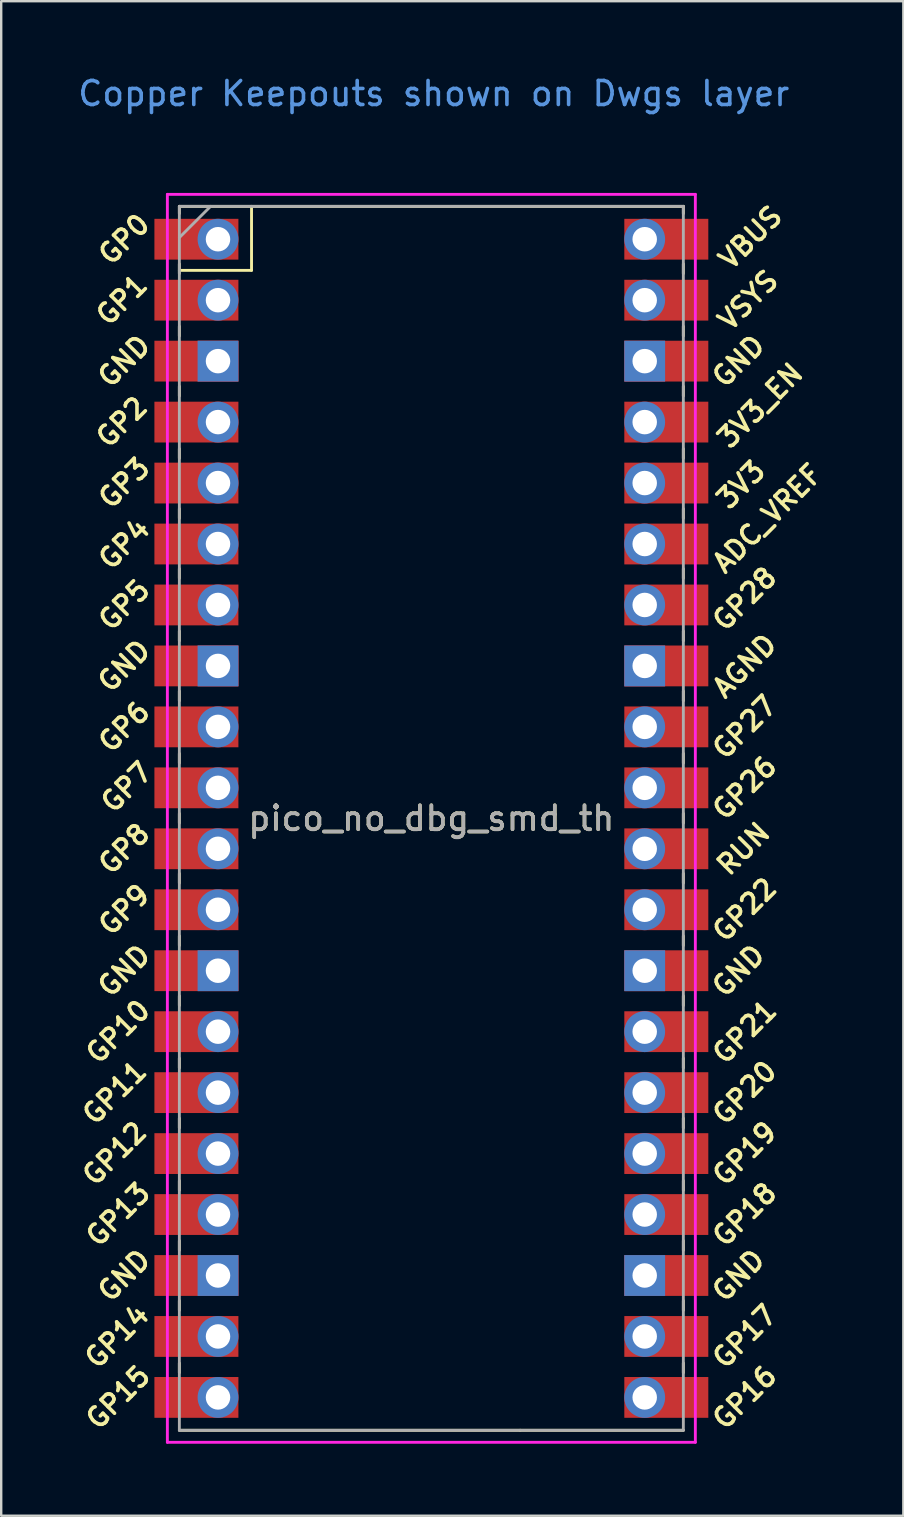
<source format=kicad_pcb>
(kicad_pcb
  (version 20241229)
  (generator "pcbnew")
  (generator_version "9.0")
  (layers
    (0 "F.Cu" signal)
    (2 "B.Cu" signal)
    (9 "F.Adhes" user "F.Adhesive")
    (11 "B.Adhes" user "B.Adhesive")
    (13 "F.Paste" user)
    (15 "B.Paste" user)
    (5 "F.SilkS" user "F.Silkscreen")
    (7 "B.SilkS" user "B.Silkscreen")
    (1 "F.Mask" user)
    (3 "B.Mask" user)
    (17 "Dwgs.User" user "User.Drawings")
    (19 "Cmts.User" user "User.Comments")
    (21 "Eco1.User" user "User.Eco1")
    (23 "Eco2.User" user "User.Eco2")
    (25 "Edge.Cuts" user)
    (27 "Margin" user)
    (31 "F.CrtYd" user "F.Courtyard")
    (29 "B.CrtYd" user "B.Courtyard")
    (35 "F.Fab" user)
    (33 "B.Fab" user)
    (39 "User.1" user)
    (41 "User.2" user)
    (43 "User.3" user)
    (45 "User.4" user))
  (footprint "pico_no_dbg_smd_th"
    (layer "F.Cu")
    (at 14.924 31.048)
    (property "Reference" "pico_no_dbg_smd_th" (at 0 0 0) (layer "F.SilkS") (effects (font (size 1 1) (thickness 0.15))))
    (attr through_hole)
    (fp_line (start -10.5 -25.5) (end -10.5 -25.2) (stroke (width 0.12) (type solid)) (layer "F.SilkS"))
    (fp_line (start -10.5 -25.5) (end 10.5 -25.5) (stroke (width 0.12) (type solid)) (layer "F.SilkS"))
    (fp_line (start -10.5 -23.1) (end -10.5 -22.7) (stroke (width 0.12) (type solid)) (layer "F.SilkS"))
    (fp_line (start -10.5 -22.833) (end -7.493 -22.833) (stroke (width 0.12) (type solid)) (layer "F.SilkS"))
    (fp_line (start -10.5 -20.5) (end -10.5 -20.1) (stroke (width 0.12) (type solid)) (layer "F.SilkS"))
    (fp_line (start -10.5 -18) (end -10.5 -17.6) (stroke (width 0.12) (type solid)) (layer "F.SilkS"))
    (fp_line (start -10.5 -15.4) (end -10.5 -15) (stroke (width 0.12) (type solid)) (layer "F.SilkS"))
    (fp_line (start -10.5 -12.9) (end -10.5 -12.5) (stroke (width 0.12) (type solid)) (layer "F.SilkS"))
    (fp_line (start -10.5 -10.4) (end -10.5 -10) (stroke (width 0.12) (type solid)) (layer "F.SilkS"))
    (fp_line (start -10.5 -7.8) (end -10.5 -7.4) (stroke (width 0.12) (type solid)) (layer "F.SilkS"))
    (fp_line (start -10.5 -5.3) (end -10.5 -4.9) (stroke (width 0.12) (type solid)) (layer "F.SilkS"))
    (fp_line (start -10.5 -2.7) (end -10.5 -2.3) (stroke (width 0.12) (type solid)) (layer "F.SilkS"))
    (fp_line (start -10.5 -0.2) (end -10.5 0.2) (stroke (width 0.12) (type solid)) (layer "F.SilkS"))
    (fp_line (start -10.5 2.3) (end -10.5 2.7) (stroke (width 0.12) (type solid)) (layer "F.SilkS"))
    (fp_line (start -10.5 4.9) (end -10.5 5.3) (stroke (width 0.12) (type solid)) (layer "F.SilkS"))
    (fp_line (start -10.5 7.4) (end -10.5 7.8) (stroke (width 0.12) (type solid)) (layer "F.SilkS"))
    (fp_line (start -10.5 10) (end -10.5 10.4) (stroke (width 0.12) (type solid)) (layer "F.SilkS"))
    (fp_line (start -10.5 12.5) (end -10.5 12.9) (stroke (width 0.12) (type solid)) (layer "F.SilkS"))
    (fp_line (start -10.5 15.1) (end -10.5 15.5) (stroke (width 0.12) (type solid)) (layer "F.SilkS"))
    (fp_line (start -10.5 17.6) (end -10.5 18) (stroke (width 0.12) (type solid)) (layer "F.SilkS"))
    (fp_line (start -10.5 20.1) (end -10.5 20.5) (stroke (width 0.12) (type solid)) (layer "F.SilkS"))
    (fp_line (start -10.5 22.7) (end -10.5 23.1) (stroke (width 0.12) (type solid)) (layer "F.SilkS"))
    (fp_line (start -7.493 -22.833) (end -7.493 -25.5) (stroke (width 0.12) (type solid)) (layer "F.SilkS"))
    (fp_line (start 3.7 25.5) (end -10.5 25.5) (stroke (width 0.12) (type solid)) (layer "F.SilkS"))
    (fp_line (start 10.5 -25.5) (end 10.5 -25.2) (stroke (width 0.12) (type solid)) (layer "F.SilkS"))
    (fp_line (start 10.5 -23.1) (end 10.5 -22.7) (stroke (width 0.12) (type solid)) (layer "F.SilkS"))
    (fp_line (start 10.5 -20.5) (end 10.5 -20.1) (stroke (width 0.12) (type solid)) (layer "F.SilkS"))
    (fp_line (start 10.5 -18) (end 10.5 -17.6) (stroke (width 0.12) (type solid)) (layer "F.SilkS"))
    (fp_line (start 10.5 -15.4) (end 10.5 -15) (stroke (width 0.12) (type solid)) (layer "F.SilkS"))
    (fp_line (start 10.5 -12.9) (end 10.5 -12.5) (stroke (width 0.12) (type solid)) (layer "F.SilkS"))
    (fp_line (start 10.5 -10.4) (end 10.5 -10) (stroke (width 0.12) (type solid)) (layer "F.SilkS"))
    (fp_line (start 10.5 -7.8) (end 10.5 -7.4) (stroke (width 0.12) (type solid)) (layer "F.SilkS"))
    (fp_line (start 10.5 -5.3) (end 10.5 -4.9) (stroke (width 0.12) (type solid)) (layer "F.SilkS"))
    (fp_line (start 10.5 -2.7) (end 10.5 -2.3) (stroke (width 0.12) (type solid)) (layer "F.SilkS"))
    (fp_line (start 10.5 -0.2) (end 10.5 0.2) (stroke (width 0.12) (type solid)) (layer "F.SilkS"))
    (fp_line (start 10.5 2.3) (end 10.5 2.7) (stroke (width 0.12) (type solid)) (layer "F.SilkS"))
    (fp_line (start 10.5 4.9) (end 10.5 5.3) (stroke (width 0.12) (type solid)) (layer "F.SilkS"))
    (fp_line (start 10.5 7.4) (end 10.5 7.8) (stroke (width 0.12) (type solid)) (layer "F.SilkS"))
    (fp_line (start 10.5 10) (end 10.5 10.4) (stroke (width 0.12) (type solid)) (layer "F.SilkS"))
    (fp_line (start 10.5 12.5) (end 10.5 12.9) (stroke (width 0.12) (type solid)) (layer "F.SilkS"))
    (fp_line (start 10.5 15.1) (end 10.5 15.5) (stroke (width 0.12) (type solid)) (layer "F.SilkS"))
    (fp_line (start 10.5 17.6) (end 10.5 18) (stroke (width 0.12) (type solid)) (layer "F.SilkS"))
    (fp_line (start 10.5 20.1) (end 10.5 20.5) (stroke (width 0.12) (type solid)) (layer "F.SilkS"))
    (fp_line (start 10.5 22.7) (end 10.5 23.1) (stroke (width 0.12) (type solid)) (layer "F.SilkS"))
    (fp_line (start 10.5 25.5) (end 3.7 25.5) (stroke (width 0.12) (type solid)) (layer "F.SilkS"))
    (fp_line (start -11 -26) (end 11 -26) (stroke (width 0.12) (type solid)) (layer "F.CrtYd"))
    (fp_line (start -11 26) (end -11 -26) (stroke (width 0.12) (type solid)) (layer "F.CrtYd"))
    (fp_line (start 11 -26) (end 11 26) (stroke (width 0.12) (type solid)) (layer "F.CrtYd"))
    (fp_line (start 11 26) (end -11 26) (stroke (width 0.12) (type solid)) (layer "F.CrtYd"))
    (fp_line (start -10.5 -25.5) (end 10.5 -25.5) (stroke (width 0.12) (type solid)) (layer "F.Fab"))
    (fp_line (start -10.5 -24.2) (end -9.2 -25.5) (stroke (width 0.12) (type solid)) (layer "F.Fab"))
    (fp_line (start -10.5 25.5) (end -10.5 -25.5) (stroke (width 0.12) (type solid)) (layer "F.Fab"))
    (fp_line (start 10.5 -25.5) (end 10.5 25.5) (stroke (width 0.12) (type solid)) (layer "F.Fab"))
    (fp_line (start 10.5 25.5) (end -10.5 25.5) (stroke (width 0.12) (type solid)) (layer "F.Fab"))
    (fp_text user "GND" (at -12.8 6.35 45) (layer "F.SilkS") (effects (font (size 0.8 0.8) (thickness 0.15))))
    (fp_text user "GP8" (at -12.8 1.27 45) (layer "F.SilkS") (effects (font (size 0.8 0.8) (thickness 0.15))))
    (fp_text user "GP10" (at -13.054 8.89 45) (layer "F.SilkS") (effects (font (size 0.8 0.8) (thickness 0.15))))
    (fp_text user "GP22" (at 13.054 3.81 45) (layer "F.SilkS") (effects (font (size 0.8 0.8) (thickness 0.15))))
    (fp_text user "RUN" (at 13 1.27 45) (layer "F.SilkS") (effects (font (size 0.8 0.8) (thickness 0.15))))
    (fp_text user "VSYS" (at 13.2 -21.59 45) (layer "F.SilkS") (effects (font (size 0.8 0.8) (thickness 0.15))))
    (fp_text user "GP18" (at 13.054 16.51 45) (layer "F.SilkS") (effects (font (size 0.8 0.8) (thickness 0.15))))
    (fp_text user "GP1" (at -12.9 -21.6 45) (layer "F.SilkS") (effects (font (size 0.8 0.8) (thickness 0.15))))
    (fp_text user "GP27" (at 13.054 -3.8 45) (layer "F.SilkS") (effects (font (size 0.8 0.8) (thickness 0.15))))
    (fp_text user "VBUS" (at 13.3 -24.2 45) (layer "F.SilkS") (effects (font (size 0.8 0.8) (thickness 0.15))))
    (fp_text user "GP2" (at -12.9 -16.51 45) (layer "F.SilkS") (effects (font (size 0.8 0.8) (thickness 0.15))))
    (fp_text user "GP13" (at -13.054 16.51 45) (layer "F.SilkS") (effects (font (size 0.8 0.8) (thickness 0.15))))
    (fp_text user "GP20" (at 13.054 11.43 45) (layer "F.SilkS") (effects (font (size 0.8 0.8) (thickness 0.15))))
    (fp_text user "GP26" (at 13.054 -1.27 45) (layer "F.SilkS") (effects (font (size 0.8 0.8) (thickness 0.15))))
    (fp_text user "GP12" (at -13.2 13.97 45) (layer "F.SilkS") (effects (font (size 0.8 0.8) (thickness 0.15))))
    (fp_text user "GP14" (at -13.1 21.59 45) (layer "F.SilkS") (effects (font (size 0.8 0.8) (thickness 0.15))))
    (fp_text user "GP7" (at -12.7 -1.3 45) (layer "F.SilkS") (effects (font (size 0.8 0.8) (thickness 0.15))))
    (fp_text user "GND" (at -12.8 -6.35 45) (layer "F.SilkS") (effects (font (size 0.8 0.8) (thickness 0.15))))
    (fp_text user "GP16" (at 13.054 24.13 45) (layer "F.SilkS") (effects (font (size 0.8 0.8) (thickness 0.15))))
    (fp_text user "GP9" (at -12.8 3.81 45) (layer "F.SilkS") (effects (font (size 0.8 0.8) (thickness 0.15))))
    (fp_text user "3V3" (at 12.9 -13.9 45) (layer "F.SilkS") (effects (font (size 0.8 0.8) (thickness 0.15))))
    (fp_text user "GP5" (at -12.8 -8.89 45) (layer "F.SilkS") (effects (font (size 0.8 0.8) (thickness 0.15))))
    (fp_text user "GND" (at -12.8 19.05 45) (layer "F.SilkS") (effects (font (size 0.8 0.8) (thickness 0.15))))
    (fp_text user "GP6" (at -12.8 -3.81 45) (layer "F.SilkS") (effects (font (size 0.8 0.8) (thickness 0.15))))
    (fp_text user "GP19" (at 13.054 13.97 45) (layer "F.SilkS") (effects (font (size 0.8 0.8) (thickness 0.15))))
    (fp_text user "GND" (at 12.8 -19.05 45) (layer "F.SilkS") (effects (font (size 0.8 0.8) (thickness 0.15))))
    (fp_text user "GND" (at -12.8 -19.05 45) (layer "F.SilkS") (effects (font (size 0.8 0.8) (thickness 0.15))))
    (fp_text user "3V3_EN" (at 13.7 -17.2 45) (layer "F.SilkS") (effects (font (size 0.8 0.8) (thickness 0.15))))
    (fp_text user "GP28" (at 13.054 -9.144 45) (layer "F.SilkS") (effects (font (size 0.8 0.8) (thickness 0.15))))
    (fp_text user "AGND" (at 13.054 -6.35 45) (layer "F.SilkS") (effects (font (size 0.8 0.8) (thickness 0.15))))
    (fp_text user "GP4" (at -12.8 -11.43 45) (layer "F.SilkS") (effects (font (size 0.8 0.8) (thickness 0.15))))
    (fp_text user "GND" (at 12.8 19.05 45) (layer "F.SilkS") (effects (font (size 0.8 0.8) (thickness 0.15))))
    (fp_text user "GND" (at 12.8 6.35 45) (layer "F.SilkS") (effects (font (size 0.8 0.8) (thickness 0.15))))
    (fp_text user "GP17" (at 13.054 21.59 45) (layer "F.SilkS") (effects (font (size 0.8 0.8) (thickness 0.15))))
    (fp_text user "ADC_VREF" (at 14 -12.5 45) (layer "F.SilkS") (effects (font (size 0.8 0.8) (thickness 0.15))))
    (fp_text user "GP21" (at 13.054 8.9 45) (layer "F.SilkS") (effects (font (size 0.8 0.8) (thickness 0.15))))
    (fp_text user "GP15" (at -13.054 24.13 45) (layer "F.SilkS") (effects (font (size 0.8 0.8) (thickness 0.15))))
    (fp_text user "GP3" (at -12.8 -13.97 45) (layer "F.SilkS") (effects (font (size 0.8 0.8) (thickness 0.15))))
    (fp_text user "GP0" (at -12.8 -24.13 45) (layer "F.SilkS") (effects (font (size 0.8 0.8) (thickness 0.15))))
    (fp_text user "GP11" (at -13.2 11.43 45) (layer "F.SilkS") (effects (font (size 0.8 0.8) (thickness 0.15))))
    (fp_text user "Copper Keepouts shown on Dwgs layer" (at 0.1 -30.2 0) (layer "Cmts.User") (effects (font (size 1 1) (thickness 0.15))))
    (fp_text user "${REFERENCE}" (at 0 0 180) (layer "F.Fab") (effects (font (size 1 1) (thickness 0.15))))
    (pad "1" thru_hole oval (at -8.89 -24.13) (size 1.7 1.7) (drill 1.02) (layers "*.Cu" "*.Mask"))
    (pad "1" smd rect (at -8.89 -24.13) (size 3.5 1.7) (drill (offset -0.9 0)) (layers "F.Cu" "F.Mask"))
    (pad "2" thru_hole oval (at -8.89 -21.59) (size 1.7 1.7) (drill 1.02) (layers "*.Cu" "*.Mask"))
    (pad "2" smd rect (at -8.89 -21.59) (size 3.5 1.7) (drill (offset -0.9 0)) (layers "F.Cu" "F.Mask"))
    (pad "3" thru_hole rect (at -8.89 -19.05) (size 1.7 1.7) (drill 1.02) (layers "*.Cu" "*.Mask"))
    (pad "3" smd rect (at -8.89 -19.05) (size 3.5 1.7) (drill (offset -0.9 0)) (layers "F.Cu" "F.Mask"))
    (pad "4" thru_hole oval (at -8.89 -16.51) (size 1.7 1.7) (drill 1.02) (layers "*.Cu" "*.Mask"))
    (pad "4" smd rect (at -8.89 -16.51) (size 3.5 1.7) (drill (offset -0.9 0)) (layers "F.Cu" "F.Mask"))
    (pad "5" thru_hole oval (at -8.89 -13.97) (size 1.7 1.7) (drill 1.02) (layers "*.Cu" "*.Mask"))
    (pad "5" smd rect (at -8.89 -13.97) (size 3.5 1.7) (drill (offset -0.9 0)) (layers "F.Cu" "F.Mask"))
    (pad "6" thru_hole oval (at -8.89 -11.43) (size 1.7 1.7) (drill 1.02) (layers "*.Cu" "*.Mask"))
    (pad "6" smd rect (at -8.89 -11.43) (size 3.5 1.7) (drill (offset -0.9 0)) (layers "F.Cu" "F.Mask"))
    (pad "7" thru_hole oval (at -8.89 -8.89) (size 1.7 1.7) (drill 1.02) (layers "*.Cu" "*.Mask"))
    (pad "7" smd rect (at -8.89 -8.89) (size 3.5 1.7) (drill (offset -0.9 0)) (layers "F.Cu" "F.Mask"))
    (pad "8" thru_hole rect (at -8.89 -6.35) (size 1.7 1.7) (drill 1.02) (layers "*.Cu" "*.Mask"))
    (pad "8" smd rect (at -8.89 -6.35) (size 3.5 1.7) (drill (offset -0.9 0)) (layers "F.Cu" "F.Mask"))
    (pad "9" thru_hole oval (at -8.89 -3.81) (size 1.7 1.7) (drill 1.02) (layers "*.Cu" "*.Mask"))
    (pad "9" smd rect (at -8.89 -3.81) (size 3.5 1.7) (drill (offset -0.9 0)) (layers "F.Cu" "F.Mask"))
    (pad "10" thru_hole oval (at -8.89 -1.27) (size 1.7 1.7) (drill 1.02) (layers "*.Cu" "*.Mask"))
    (pad "10" smd rect (at -8.89 -1.27) (size 3.5 1.7) (drill (offset -0.9 0)) (layers "F.Cu" "F.Mask"))
    (pad "11" thru_hole oval (at -8.89 1.27) (size 1.7 1.7) (drill 1.02) (layers "*.Cu" "*.Mask"))
    (pad "11" smd rect (at -8.89 1.27) (size 3.5 1.7) (drill (offset -0.9 0)) (layers "F.Cu" "F.Mask"))
    (pad "12" thru_hole oval (at -8.89 3.81) (size 1.7 1.7) (drill 1.02) (layers "*.Cu" "*.Mask"))
    (pad "12" smd rect (at -8.89 3.81) (size 3.5 1.7) (drill (offset -0.9 0)) (layers "F.Cu" "F.Mask"))
    (pad "13" thru_hole rect (at -8.89 6.35) (size 1.7 1.7) (drill 1.02) (layers "*.Cu" "*.Mask"))
    (pad "13" smd rect (at -8.89 6.35) (size 3.5 1.7) (drill (offset -0.9 0)) (layers "F.Cu" "F.Mask"))
    (pad "14" thru_hole oval (at -8.89 8.89) (size 1.7 1.7) (drill 1.02) (layers "*.Cu" "*.Mask"))
    (pad "14" smd rect (at -8.89 8.89) (size 3.5 1.7) (drill (offset -0.9 0)) (layers "F.Cu" "F.Mask"))
    (pad "15" thru_hole oval (at -8.89 11.43) (size 1.7 1.7) (drill 1.02) (layers "*.Cu" "*.Mask"))
    (pad "15" smd rect (at -8.89 11.43) (size 3.5 1.7) (drill (offset -0.9 0)) (layers "F.Cu" "F.Mask"))
    (pad "16" thru_hole oval (at -8.89 13.97) (size 1.7 1.7) (drill 1.02) (layers "*.Cu" "*.Mask"))
    (pad "16" smd rect (at -8.89 13.97) (size 3.5 1.7) (drill (offset -0.9 0)) (layers "F.Cu" "F.Mask"))
    (pad "17" thru_hole oval (at -8.89 16.51) (size 1.7 1.7) (drill 1.02) (layers "*.Cu" "*.Mask"))
    (pad "17" smd rect (at -8.89 16.51) (size 3.5 1.7) (drill (offset -0.9 0)) (layers "F.Cu" "F.Mask"))
    (pad "18" thru_hole rect (at -8.89 19.05) (size 1.7 1.7) (drill 1.02) (layers "*.Cu" "*.Mask"))
    (pad "18" smd rect (at -8.89 19.05) (size 3.5 1.7) (drill (offset -0.9 0)) (layers "F.Cu" "F.Mask"))
    (pad "19" thru_hole oval (at -8.89 21.59) (size 1.7 1.7) (drill 1.02) (layers "*.Cu" "*.Mask"))
    (pad "19" smd rect (at -8.89 21.59) (size 3.5 1.7) (drill (offset -0.9 0)) (layers "F.Cu" "F.Mask"))
    (pad "20" thru_hole oval (at -8.89 24.13) (size 1.7 1.7) (drill 1.02) (layers "*.Cu" "*.Mask"))
    (pad "20" smd rect (at -8.89 24.13) (size 3.5 1.7) (drill (offset -0.9 0)) (layers "F.Cu" "F.Mask"))
    (pad "21" thru_hole oval (at 8.89 24.13) (size 1.7 1.7) (drill 1.02) (layers "*.Cu" "*.Mask"))
    (pad "21" smd rect (at 8.89 24.13) (size 3.5 1.7) (drill (offset 0.9 0)) (layers "F.Cu" "F.Mask"))
    (pad "22" thru_hole oval (at 8.89 21.59) (size 1.7 1.7) (drill 1.02) (layers "*.Cu" "*.Mask"))
    (pad "22" smd rect (at 8.89 21.59) (size 3.5 1.7) (drill (offset 0.9 0)) (layers "F.Cu" "F.Mask"))
    (pad "23" thru_hole rect (at 8.89 19.05) (size 1.7 1.7) (drill 1.02) (layers "*.Cu" "*.Mask"))
    (pad "23" smd rect (at 8.89 19.05) (size 3.5 1.7) (drill (offset 0.9 0)) (layers "F.Cu" "F.Mask"))
    (pad "24" thru_hole oval (at 8.89 16.51) (size 1.7 1.7) (drill 1.02) (layers "*.Cu" "*.Mask"))
    (pad "24" smd rect (at 8.89 16.51) (size 3.5 1.7) (drill (offset 0.9 0)) (layers "F.Cu" "F.Mask"))
    (pad "25" thru_hole oval (at 8.89 13.97) (size 1.7 1.7) (drill 1.02) (layers "*.Cu" "*.Mask"))
    (pad "25" smd rect (at 8.89 13.97) (size 3.5 1.7) (drill (offset 0.9 0)) (layers "F.Cu" "F.Mask"))
    (pad "26" thru_hole oval (at 8.89 11.43) (size 1.7 1.7) (drill 1.02) (layers "*.Cu" "*.Mask"))
    (pad "26" smd rect (at 8.89 11.43) (size 3.5 1.7) (drill (offset 0.9 0)) (layers "F.Cu" "F.Mask"))
    (pad "27" thru_hole oval (at 8.89 8.89) (size 1.7 1.7) (drill 1.02) (layers "*.Cu" "*.Mask"))
    (pad "27" smd rect (at 8.89 8.89) (size 3.5 1.7) (drill (offset 0.9 0)) (layers "F.Cu" "F.Mask"))
    (pad "28" thru_hole rect (at 8.89 6.35) (size 1.7 1.7) (drill 1.02) (layers "*.Cu" "*.Mask"))
    (pad "28" smd rect (at 8.89 6.35) (size 3.5 1.7) (drill (offset 0.9 0)) (layers "F.Cu" "F.Mask"))
    (pad "29" thru_hole oval (at 8.89 3.81) (size 1.7 1.7) (drill 1.02) (layers "*.Cu" "*.Mask"))
    (pad "29" smd rect (at 8.89 3.81) (size 3.5 1.7) (drill (offset 0.9 0)) (layers "F.Cu" "F.Mask"))
    (pad "30" thru_hole oval (at 8.89 1.27) (size 1.7 1.7) (drill 1.02) (layers "*.Cu" "*.Mask"))
    (pad "30" smd rect (at 8.89 1.27) (size 3.5 1.7) (drill (offset 0.9 0)) (layers "F.Cu" "F.Mask"))
    (pad "31" thru_hole oval (at 8.89 -1.27) (size 1.7 1.7) (drill 1.02) (layers "*.Cu" "*.Mask"))
    (pad "31" smd rect (at 8.89 -1.27) (size 3.5 1.7) (drill (offset 0.9 0)) (layers "F.Cu" "F.Mask"))
    (pad "32" thru_hole oval (at 8.89 -3.81) (size 1.7 1.7) (drill 1.02) (layers "*.Cu" "*.Mask"))
    (pad "32" smd rect (at 8.89 -3.81) (size 3.5 1.7) (drill (offset 0.9 0)) (layers "F.Cu" "F.Mask"))
    (pad "33" thru_hole rect (at 8.89 -6.35) (size 1.7 1.7) (drill 1.02) (layers "*.Cu" "*.Mask"))
    (pad "33" smd rect (at 8.89 -6.35) (size 3.5 1.7) (drill (offset 0.9 0)) (layers "F.Cu" "F.Mask"))
    (pad "34" thru_hole oval (at 8.89 -8.89) (size 1.7 1.7) (drill 1.02) (layers "*.Cu" "*.Mask"))
    (pad "34" smd rect (at 8.89 -8.89) (size 3.5 1.7) (drill (offset 0.9 0)) (layers "F.Cu" "F.Mask"))
    (pad "35" thru_hole oval (at 8.89 -11.43) (size 1.7 1.7) (drill 1.02) (layers "*.Cu" "*.Mask"))
    (pad "35" smd rect (at 8.89 -11.43) (size 3.5 1.7) (drill (offset 0.9 0)) (layers "F.Cu" "F.Mask"))
    (pad "36" thru_hole oval (at 8.89 -13.97) (size 1.7 1.7) (drill 1.02) (layers "*.Cu" "*.Mask"))
    (pad "36" smd rect (at 8.89 -13.97) (size 3.5 1.7) (drill (offset 0.9 0)) (layers "F.Cu" "F.Mask"))
    (pad "37" thru_hole oval (at 8.89 -16.51) (size 1.7 1.7) (drill 1.02) (layers "*.Cu" "*.Mask"))
    (pad "37" smd rect (at 8.89 -16.51) (size 3.5 1.7) (drill (offset 0.9 0)) (layers "F.Cu" "F.Mask"))
    (pad "38" thru_hole rect (at 8.89 -19.05) (size 1.7 1.7) (drill 1.02) (layers "*.Cu" "*.Mask"))
    (pad "38" smd rect (at 8.89 -19.05) (size 3.5 1.7) (drill (offset 0.9 0)) (layers "F.Cu" "F.Mask"))
    (pad "39" thru_hole oval (at 8.89 -21.59) (size 1.7 1.7) (drill 1.02) (layers "*.Cu" "*.Mask"))
    (pad "39" smd rect (at 8.89 -21.59) (size 3.5 1.7) (drill (offset 0.9 0)) (layers "F.Cu" "F.Mask"))
    (pad "40" thru_hole oval (at 8.89 -24.13) (size 1.7 1.7) (drill 1.02) (layers "*.Cu" "*.Mask"))
    (pad "40" smd rect (at 8.89 -24.13) (size 3.5 1.7) (drill (offset 0.9 0)) (layers "F.Cu" "F.Mask")))
  (gr_rect
    (start -3 -3)
    (end 34.591 60.108)
    (stroke (width 0.1) (type default))
    (fill no)
    (layer "Edge.Cuts")))
</source>
